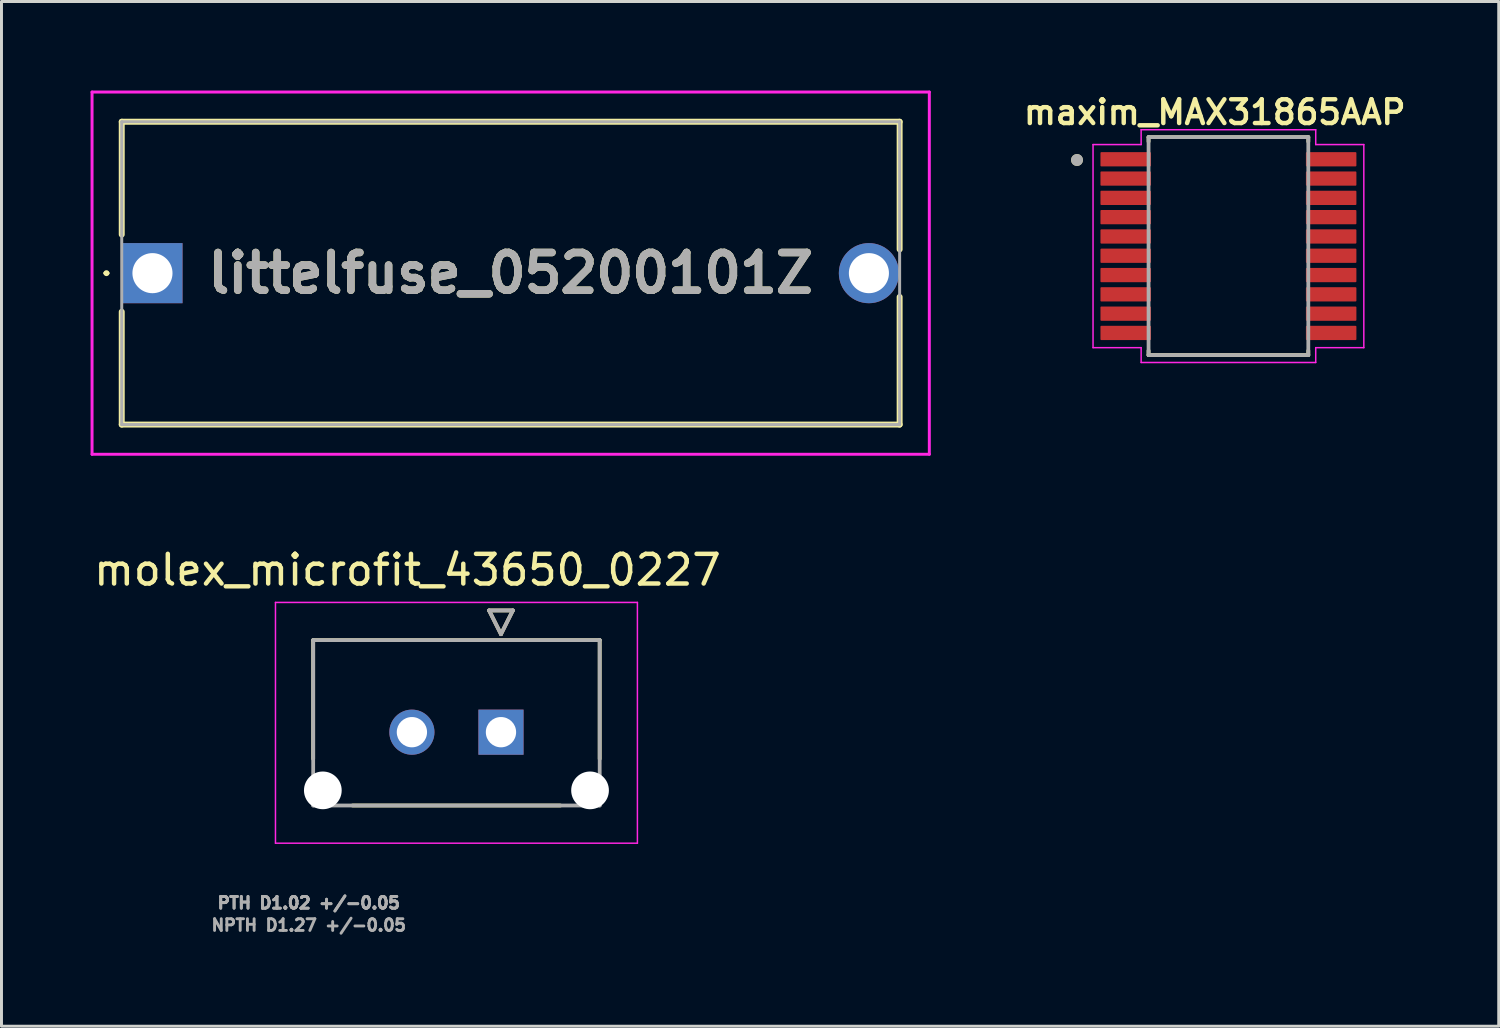
<source format=kicad_pcb>
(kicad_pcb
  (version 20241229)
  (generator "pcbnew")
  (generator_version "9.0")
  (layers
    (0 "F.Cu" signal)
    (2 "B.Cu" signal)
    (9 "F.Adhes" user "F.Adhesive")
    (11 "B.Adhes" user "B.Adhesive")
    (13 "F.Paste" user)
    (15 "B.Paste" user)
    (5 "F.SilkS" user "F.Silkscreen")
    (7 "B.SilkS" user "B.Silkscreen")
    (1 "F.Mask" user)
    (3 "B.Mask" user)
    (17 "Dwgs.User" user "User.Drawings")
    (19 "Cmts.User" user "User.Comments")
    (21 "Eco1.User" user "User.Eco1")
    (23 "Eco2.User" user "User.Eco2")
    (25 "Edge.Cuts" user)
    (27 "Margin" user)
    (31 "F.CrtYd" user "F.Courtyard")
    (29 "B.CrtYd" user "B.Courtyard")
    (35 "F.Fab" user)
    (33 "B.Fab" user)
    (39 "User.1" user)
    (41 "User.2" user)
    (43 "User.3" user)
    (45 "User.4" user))
  (footprint "maxim_MAX31865AAP"
    (layer "F.Cu")
    (at 38.324 5.239)
    (property "Reference" "maxim_MAX31865AAP" (at -0.46 -4.508 0) (layer "F.SilkS") (effects (font (size 0.8 0.8) (thickness 0.15))))
    (attr smd)
    (fp_line (start -2.69 -3.67) (end 2.69 -3.67) (stroke (width 0.127) (type solid)) (layer "F.SilkS"))
    (fp_line (start -2.69 -3.52) (end -2.69 -3.67) (stroke (width 0.127) (type solid)) (layer "F.SilkS"))
    (fp_line (start -2.69 3.67) (end -2.69 3.52) (stroke (width 0.127) (type solid)) (layer "F.SilkS"))
    (fp_line (start 2.69 -3.67) (end 2.69 -3.52) (stroke (width 0.127) (type solid)) (layer "F.SilkS"))
    (fp_line (start 2.69 3.52) (end 2.69 3.67) (stroke (width 0.127) (type solid)) (layer "F.SilkS"))
    (fp_line (start 2.69 3.67) (end -2.69 3.67) (stroke (width 0.127) (type solid)) (layer "F.SilkS"))
    (fp_circle (center -5.1 -2.9) (end -5 -2.9) (stroke (width 0.2) (type solid)) (fill no) (layer "F.SilkS"))
    (fp_line (start -4.56 -3.42) (end -2.94 -3.42) (stroke (width 0.05) (type solid)) (layer "F.CrtYd"))
    (fp_line (start -4.56 3.42) (end -4.56 -3.42) (stroke (width 0.05) (type solid)) (layer "F.CrtYd"))
    (fp_line (start -2.94 -3.92) (end 2.94 -3.92) (stroke (width 0.05) (type solid)) (layer "F.CrtYd"))
    (fp_line (start -2.94 -3.42) (end -2.94 -3.92) (stroke (width 0.05) (type solid)) (layer "F.CrtYd"))
    (fp_line (start -2.94 3.42) (end -4.56 3.42) (stroke (width 0.05) (type solid)) (layer "F.CrtYd"))
    (fp_line (start -2.94 3.92) (end -2.94 3.42) (stroke (width 0.05) (type solid)) (layer "F.CrtYd"))
    (fp_line (start 2.94 -3.92) (end 2.94 -3.42) (stroke (width 0.05) (type solid)) (layer "F.CrtYd"))
    (fp_line (start 2.94 -3.42) (end 4.56 -3.42) (stroke (width 0.05) (type solid)) (layer "F.CrtYd"))
    (fp_line (start 2.94 3.42) (end 2.94 3.92) (stroke (width 0.05) (type solid)) (layer "F.CrtYd"))
    (fp_line (start 2.94 3.92) (end -2.94 3.92) (stroke (width 0.05) (type solid)) (layer "F.CrtYd"))
    (fp_line (start 4.56 -3.42) (end 4.56 3.42) (stroke (width 0.05) (type solid)) (layer "F.CrtYd"))
    (fp_line (start 4.56 3.42) (end 2.94 3.42) (stroke (width 0.05) (type solid)) (layer "F.CrtYd"))
    (fp_line (start -2.69 -3.67) (end 2.69 -3.67) (stroke (width 0.127) (type solid)) (layer "F.Fab"))
    (fp_line (start -2.69 3.67) (end -2.69 -3.67) (stroke (width 0.127) (type solid)) (layer "F.Fab"))
    (fp_line (start 2.69 -3.67) (end 2.69 3.67) (stroke (width 0.127) (type solid)) (layer "F.Fab"))
    (fp_line (start 2.69 3.67) (end -2.69 3.67) (stroke (width 0.127) (type solid)) (layer "F.Fab"))
    (fp_circle (center -5.1 -2.9) (end -5 -2.9) (stroke (width 0.2) (type solid)) (fill no) (layer "F.Fab"))
    (pad "1" smd roundrect (at -3.46 -2.925) (size 1.7 0.48) (layers "F.Cu" "F.Mask" "F.Paste") (roundrect_rratio 0.06))
    (pad "2" smd roundrect (at -3.46 -2.275) (size 1.7 0.48) (layers "F.Cu" "F.Mask" "F.Paste") (roundrect_rratio 0.06))
    (pad "3" smd roundrect (at -3.46 -1.625) (size 1.7 0.48) (layers "F.Cu" "F.Mask" "F.Paste") (roundrect_rratio 0.06))
    (pad "4" smd roundrect (at -3.46 -0.975) (size 1.7 0.48) (layers "F.Cu" "F.Mask" "F.Paste") (roundrect_rratio 0.06))
    (pad "5" smd roundrect (at -3.46 -0.325) (size 1.7 0.48) (layers "F.Cu" "F.Mask" "F.Paste") (roundrect_rratio 0.06))
    (pad "6" smd roundrect (at -3.46 0.325) (size 1.7 0.48) (layers "F.Cu" "F.Mask" "F.Paste") (roundrect_rratio 0.06))
    (pad "7" smd roundrect (at -3.46 0.975) (size 1.7 0.48) (layers "F.Cu" "F.Mask" "F.Paste") (roundrect_rratio 0.06))
    (pad "8" smd roundrect (at -3.46 1.625) (size 1.7 0.48) (layers "F.Cu" "F.Mask" "F.Paste") (roundrect_rratio 0.06))
    (pad "9" smd roundrect (at -3.46 2.275) (size 1.7 0.48) (layers "F.Cu" "F.Mask" "F.Paste") (roundrect_rratio 0.06))
    (pad "10" smd roundrect (at -3.46 2.925) (size 1.7 0.48) (layers "F.Cu" "F.Mask" "F.Paste") (roundrect_rratio 0.06))
    (pad "11" smd roundrect (at 3.46 2.925 180) (size 1.7 0.48) (layers "F.Cu" "F.Mask" "F.Paste") (roundrect_rratio 0.06))
    (pad "12" smd roundrect (at 3.46 2.275 180) (size 1.7 0.48) (layers "F.Cu" "F.Mask" "F.Paste") (roundrect_rratio 0.06))
    (pad "13" smd roundrect (at 3.46 1.625 180) (size 1.7 0.48) (layers "F.Cu" "F.Mask" "F.Paste") (roundrect_rratio 0.06))
    (pad "14" smd roundrect (at 3.46 0.975 180) (size 1.7 0.48) (layers "F.Cu" "F.Mask" "F.Paste") (roundrect_rratio 0.06))
    (pad "15" smd roundrect (at 3.46 0.325 180) (size 1.7 0.48) (layers "F.Cu" "F.Mask" "F.Paste") (roundrect_rratio 0.06))
    (pad "16" smd roundrect (at 3.46 -0.325 180) (size 1.7 0.48) (layers "F.Cu" "F.Mask" "F.Paste") (roundrect_rratio 0.06))
    (pad "17" smd roundrect (at 3.46 -0.975 180) (size 1.7 0.48) (layers "F.Cu" "F.Mask" "F.Paste") (roundrect_rratio 0.06))
    (pad "18" smd roundrect (at 3.46 -1.625 180) (size 1.7 0.48) (layers "F.Cu" "F.Mask" "F.Paste") (roundrect_rratio 0.06))
    (pad "19" smd roundrect (at 3.46 -2.275 180) (size 1.7 0.48) (layers "F.Cu" "F.Mask" "F.Paste") (roundrect_rratio 0.06))
    (pad "20" smd roundrect (at 3.46 -2.925 180) (size 1.7 0.48) (layers "F.Cu" "F.Mask" "F.Paste") (roundrect_rratio 0.06)))
  (footprint "littelfuse_05200101Z"
    (layer "F.Cu")
    (at 2.085 6.15)
    (property "Reference" "littelfuse_05200101Z" (at 12.065 0 0) (layer "F.SilkS") (effects (font (size 1.27 1.27) (thickness 0.254))))
    (attr through_hole)
    (fp_line (start -1.6 0) (end -1.6 0) (stroke (width 0.1) (type solid)) (layer "F.SilkS"))
    (fp_line (start -1.5 0) (end -1.5 0) (stroke (width 0.1) (type solid)) (layer "F.SilkS"))
    (fp_line (start -1.035 -5.1) (end 25.165 -5.1) (stroke (width 0.2) (type solid)) (layer "F.SilkS"))
    (fp_line (start -1.035 -1.3) (end -1.035 -5.1) (stroke (width 0.2) (type solid)) (layer "F.SilkS"))
    (fp_line (start -1.035 5.1) (end -1.035 1.3) (stroke (width 0.2) (type solid)) (layer "F.SilkS"))
    (fp_line (start 25.165 -5.1) (end 25.165 -0.8) (stroke (width 0.2) (type solid)) (layer "F.SilkS"))
    (fp_line (start 25.165 0.8) (end 25.165 5.1) (stroke (width 0.2) (type solid)) (layer "F.SilkS"))
    (fp_line (start 25.165 5.1) (end -1.035 5.1) (stroke (width 0.2) (type solid)) (layer "F.SilkS"))
    (fp_arc (start -1.6 0) (mid -1.55 -0.05) (end -1.5 0) (stroke (width 0.1) (type solid)) (layer "F.SilkS"))
    (fp_arc (start -1.5 0) (mid -1.55 0.05) (end -1.6 0) (stroke (width 0.1) (type solid)) (layer "F.SilkS"))
    (fp_line (start -2.035 -6.1) (end 26.165 -6.1) (stroke (width 0.1) (type solid)) (layer "F.CrtYd"))
    (fp_line (start -2.035 6.1) (end -2.035 -6.1) (stroke (width 0.1) (type solid)) (layer "F.CrtYd"))
    (fp_line (start 26.165 -6.1) (end 26.165 6.1) (stroke (width 0.1) (type solid)) (layer "F.CrtYd"))
    (fp_line (start 26.165 6.1) (end -2.035 6.1) (stroke (width 0.1) (type solid)) (layer "F.CrtYd"))
    (fp_line (start -1.035 -5.1) (end 25.165 -5.1) (stroke (width 0.1) (type solid)) (layer "F.Fab"))
    (fp_line (start -1.035 5.1) (end -1.035 -5.1) (stroke (width 0.1) (type solid)) (layer "F.Fab"))
    (fp_line (start 25.165 -5.1) (end 25.165 5.1) (stroke (width 0.1) (type solid)) (layer "F.Fab"))
    (fp_line (start 25.165 5.1) (end -1.035 5.1) (stroke (width 0.1) (type solid)) (layer "F.Fab"))
    (fp_text user "${REFERENCE}" (at 12.065 0 0) (layer "F.Fab") (effects (font (size 1.27 1.27) (thickness 0.254))))
    (pad "1" thru_hole rect (at 0 0) (size 2.025 2.025) (drill 1.35) (layers "*.Cu" "*.Mask"))
    (pad "2" thru_hole circle (at 24.13 0) (size 2.025 2.025) (drill 1.35) (layers "*.Cu" "*.Mask")))
  (footprint "molex_microfit_43650_0227"
    (layer "F.Cu")
    (at 13.823 21.61)
    (property "Reference" "molex_microfit_43650_0227" (at -3.15 -5.462 0) (layer "F.SilkS") (effects (font (size 1 1) (thickness 0.15))))
    (attr through_hole)
    (fp_circle (center -6 1.96) (end -5.644 1.96) (stroke (width 0.711) (type solid)) (fill no) (layer "F.Mask"))
    (fp_circle (center -3 0) (end -2.582 0) (stroke (width 0.836) (type solid)) (fill no) (layer "F.Mask"))
    (fp_circle (center 3 1.96) (end 3.356 1.96) (stroke (width 0.711) (type solid)) (fill no) (layer "F.Mask"))
    (fp_poly (pts (xy -0.836 -0.836) (xy 0.836 -0.836) (xy 0.836 0.836) (xy -0.836 0.836)) (stroke (width 0.01) (type solid)) (fill yes) (layer "F.Mask"))
    (fp_circle (center -6 1.96) (end -5.644 1.96) (stroke (width 0.711) (type solid)) (fill no) (layer "B.Mask"))
    (fp_circle (center -3 0) (end -2.582 0) (stroke (width 0.836) (type solid)) (fill no) (layer "B.Mask"))
    (fp_circle (center 3 1.96) (end 3.356 1.96) (stroke (width 0.711) (type solid)) (fill no) (layer "B.Mask"))
    (fp_poly (pts (xy -0.836 -0.836) (xy 0.836 -0.836) (xy 0.836 0.836) (xy -0.836 0.836)) (stroke (width 0.01) (type solid)) (fill yes) (layer "B.Mask"))
    (fp_line (start -6.325 -3.1) (end -6.325 0.9) (stroke (width 0.127) (type solid)) (layer "F.SilkS"))
    (fp_line (start -6.325 -3.1) (end 3.325 -3.1) (stroke (width 0.127) (type solid)) (layer "F.SilkS"))
    (fp_line (start -0.4 -4.1) (end 0.4 -4.1) (stroke (width 0.127) (type solid)) (layer "F.SilkS"))
    (fp_line (start 0 -3.3) (end -0.4 -4.1) (stroke (width 0.127) (type solid)) (layer "F.SilkS"))
    (fp_line (start 0.4 -4.1) (end 0 -3.3) (stroke (width 0.127) (type solid)) (layer "F.SilkS"))
    (fp_line (start 2 2.47) (end -5 2.47) (stroke (width 0.127) (type solid)) (layer "F.SilkS"))
    (fp_line (start 3.325 -3.1) (end 3.325 0.9) (stroke (width 0.127) (type solid)) (layer "F.SilkS"))
    (fp_line (start -7.595 -4.37) (end 4.595 -4.37) (stroke (width 0.05) (type solid)) (layer "F.CrtYd"))
    (fp_line (start -7.595 3.74) (end -7.595 -4.37) (stroke (width 0.05) (type solid)) (layer "F.CrtYd"))
    (fp_line (start 4.595 3.74) (end -7.595 3.74) (stroke (width 0.05) (type solid)) (layer "F.CrtYd"))
    (fp_line (start 4.595 3.74) (end 4.595 -4.37) (stroke (width 0.05) (type solid)) (layer "F.CrtYd"))
    (fp_line (start -6.325 -3.1) (end 3.325 -3.1) (stroke (width 0.127) (type solid)) (layer "F.Fab"))
    (fp_line (start -6.325 2.47) (end -6.325 -3.1) (stroke (width 0.127) (type solid)) (layer "F.Fab"))
    (fp_line (start -0.4 -4.1) (end 0.4 -4.1) (stroke (width 0.127) (type solid)) (layer "F.Fab"))
    (fp_line (start 0 -3.3) (end -0.4 -4.1) (stroke (width 0.127) (type solid)) (layer "F.Fab"))
    (fp_line (start 0.4 -4.1) (end 0 -3.3) (stroke (width 0.127) (type solid)) (layer "F.Fab"))
    (fp_line (start 3.325 2.47) (end -6.325 2.47) (stroke (width 0.127) (type solid)) (layer "F.Fab"))
    (fp_line (start 3.325 2.47) (end 3.325 -3.1) (stroke (width 0.127) (type solid)) (layer "F.Fab"))
    (fp_text user "PTH D1.02 +/-0.05 " (at -6.325 5.75 0) (layer "F.Fab") (effects (font (size 0.394 0.394) (thickness 0.098))))
    (fp_text user "NPTH D1.27 +/-0.05 " (at -6.325 6.5 0) (layer "F.Fab") (effects (font (size 0.394 0.394) (thickness 0.098))))
    (fp_text user "PTH D1.02 +/-0.05 " (at -6.325 5.75 0) (layer "F.Fab") (effects (font (size 0.394 0.394) (thickness 0.098))))
    (pad "" np_thru_hole circle (at -6 1.96) (size 1.27 1.27) (drill 1.27) (layers "*.Cu" "*.Mask"))
    (pad "" np_thru_hole circle (at 3 1.96) (size 1.27 1.27) (drill 1.27) (layers "*.Cu" "*.Mask"))
    (pad "1" thru_hole rect (at 0 0) (size 1.52 1.52) (drill 1.02) (layers "*.Cu"))
    (pad "2" thru_hole circle (at -3 0) (size 1.52 1.52) (drill 1.02) (layers "*.Cu")))
  (gr_rect
    (start -3 -3)
    (end 47.428 31.513)
    (stroke (width 0.1) (type default))
    (fill no)
    (layer "Edge.Cuts")))
</source>
